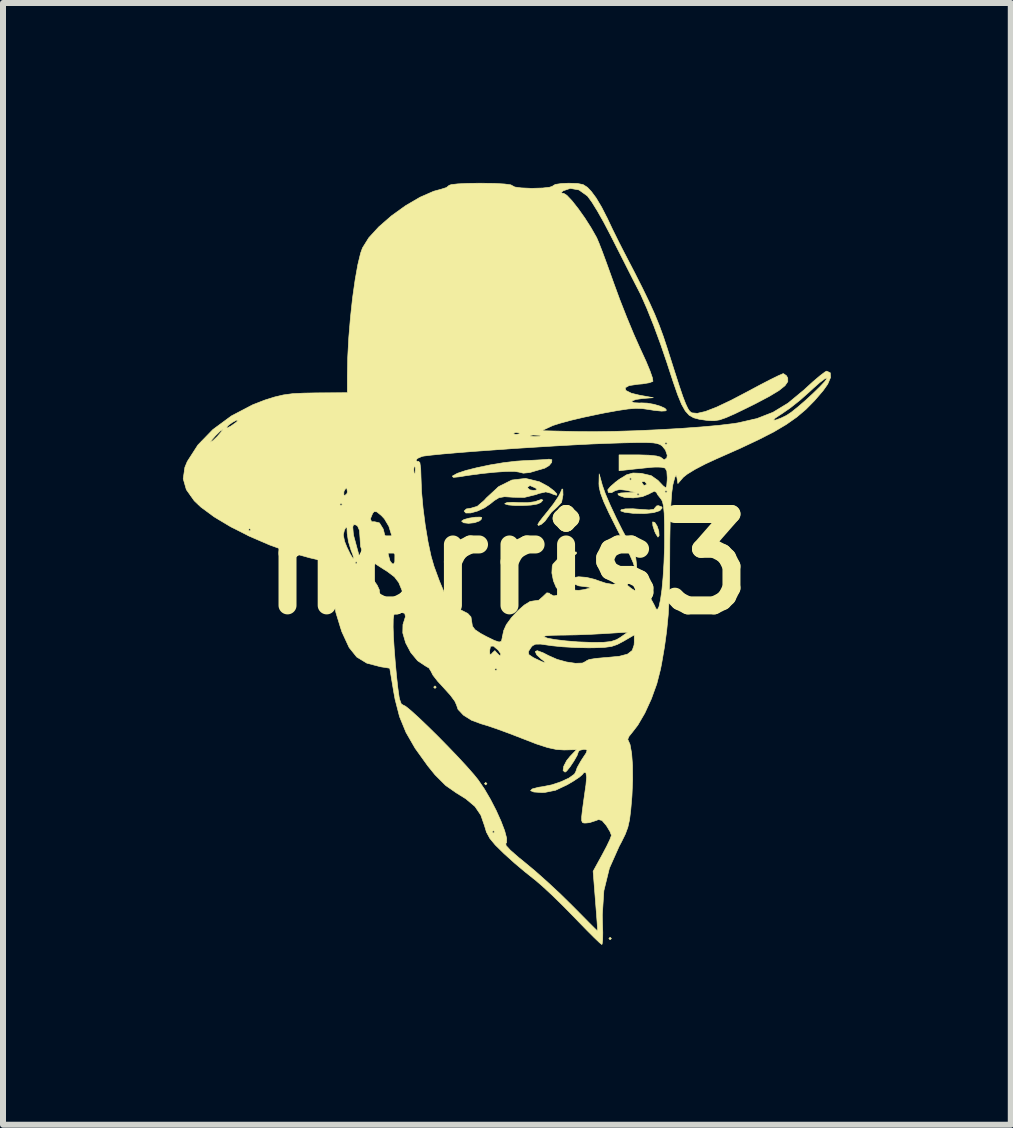
<source format=kicad_pcb>
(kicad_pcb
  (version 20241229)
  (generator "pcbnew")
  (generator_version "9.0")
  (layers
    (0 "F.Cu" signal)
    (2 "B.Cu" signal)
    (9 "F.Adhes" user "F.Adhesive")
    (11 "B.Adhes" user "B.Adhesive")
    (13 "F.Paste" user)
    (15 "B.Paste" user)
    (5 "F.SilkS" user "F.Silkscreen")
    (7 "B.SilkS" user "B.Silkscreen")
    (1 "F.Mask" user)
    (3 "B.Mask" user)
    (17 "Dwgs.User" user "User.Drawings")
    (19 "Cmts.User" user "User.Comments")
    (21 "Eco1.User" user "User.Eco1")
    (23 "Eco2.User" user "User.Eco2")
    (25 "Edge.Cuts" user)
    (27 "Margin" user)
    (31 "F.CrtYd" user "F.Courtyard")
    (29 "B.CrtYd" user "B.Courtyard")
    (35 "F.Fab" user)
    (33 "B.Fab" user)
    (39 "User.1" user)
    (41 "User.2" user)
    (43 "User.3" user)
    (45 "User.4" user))
  (footprint "norris3"
    (layer "F.Cu")
    (at 5.409 6.355)
    (property "Reference" "norris3" (at 0 0 0) (layer "F.SilkS") (effects (font (size 1.524 1.524) (thickness 0.3))))
    (attr through_hole)
    (fp_poly (pts (xy -1.185 2.053) (xy -1.206 2.074) (xy -1.228 2.053) (xy -1.206 2.032) (xy -1.185 2.053)) (stroke (width 0.01) (type solid)) (fill yes) (layer "F.SilkS"))
    (fp_poly (pts (xy -0.339 3.662) (xy -0.36 3.683) (xy -0.381 3.662) (xy -0.36 3.641) (xy -0.339 3.662)) (stroke (width 0.01) (type solid)) (fill yes) (layer "F.SilkS"))
    (fp_poly (pts (xy 1.736 6.244) (xy 1.714 6.265) (xy 1.693 6.244) (xy 1.714 6.223) (xy 1.736 6.244)) (stroke (width 0.01) (type solid)) (fill yes) (layer "F.SilkS"))
    (fp_poly (pts (xy -0.425 -0.775) (xy -0.437 -0.742) (xy -0.467 -0.718) (xy -0.547 -0.689) (xy -0.646 -0.679) (xy -0.729 -0.688) (xy -0.762 -0.715) (xy -0.725 -0.741) (xy -0.639 -0.765) (xy -0.536 -0.781) (xy -0.452 -0.783) (xy -0.425 -0.775)) (stroke (width 0.01) (type solid)) (fill yes) (layer "F.SilkS"))
    (fp_poly (pts (xy 2.459 -0.694) (xy 2.498 -0.633) (xy 2.526 -0.55) (xy 2.531 -0.475) (xy 2.531 -0.474) (xy 2.512 -0.449) (xy 2.476 -0.504) (xy 2.459 -0.541) (xy 2.427 -0.639) (xy 2.423 -0.699) (xy 2.425 -0.703) (xy 2.459 -0.694)) (stroke (width 0.01) (type solid)) (fill yes) (layer "F.SilkS"))
    (fp_poly (pts (xy 0.593 -1.065) (xy 0.557 -1.025) (xy 0.497 -1) (xy 0.394 -0.983) (xy 0.263 -0.976) (xy 0.13 -0.976) (xy 0.021 -0.985) (xy -0.038 -1.002) (xy -0.042 -1.009) (xy -0.004 -1.025) (xy 0.094 -1.03) (xy 0.184 -1.025) (xy 0.336 -1.023) (xy 0.461 -1.04) (xy 0.502 -1.055) (xy 0.57 -1.078) (xy 0.593 -1.065)) (stroke (width 0.01) (type solid)) (fill yes) (layer "F.SilkS"))
    (fp_poly (pts (xy 0.925 -1.247) (xy 0.928 -1.164) (xy 0.929 -1.155) (xy 0.905 -1.029) (xy 0.833 -0.953) (xy 0.735 -0.864) (xy 0.678 -0.785) (xy 0.626 -0.713) (xy 0.564 -0.66) (xy 0.518 -0.643) (xy 0.508 -0.66) (xy 0.533 -0.702) (xy 0.599 -0.788) (xy 0.675 -0.881) (xy 0.773 -1.007) (xy 0.851 -1.123) (xy 0.884 -1.185) (xy 0.913 -1.252) (xy 0.925 -1.247)) (stroke (width 0.01) (type solid)) (fill yes) (layer "F.SilkS"))
    (fp_poly (pts (xy 2.575 -0.953) (xy 2.582 -0.935) (xy 2.543 -0.89) (xy 2.438 -0.857) (xy 2.285 -0.842) (xy 2.103 -0.846) (xy 2.095 -0.846) (xy 1.953 -0.864) (xy 1.891 -0.886) (xy 1.898 -0.905) (xy 1.969 -0.92) (xy 2.093 -0.922) (xy 2.205 -0.913) (xy 2.364 -0.902) (xy 2.445 -0.914) (xy 2.455 -0.929) (xy 2.49 -0.969) (xy 2.519 -0.974) (xy 2.575 -0.953)) (stroke (width 0.01) (type solid)) (fill yes) (layer "F.SilkS"))
    (fp_poly (pts (xy 0.743 -1.739) (xy 0.74 -1.695) (xy 0.697 -1.642) (xy 0.625 -1.599) (xy 0.614 -1.596) (xy 0.48 -1.557) (xy 0.376 -1.526) (xy 0.267 -1.515) (xy 0.195 -1.533) (xy 0.121 -1.545) (xy -0.02 -1.544) (xy -0.211 -1.531) (xy -0.436 -1.508) (xy -0.678 -1.475) (xy -0.804 -1.454) (xy -0.899 -1.445) (xy -0.916 -1.464) (xy -0.91 -1.471) (xy -0.832 -1.513) (xy -0.689 -1.561) (xy -0.501 -1.608) (xy -0.286 -1.653) (xy -0.064 -1.69) (xy 0.147 -1.715) (xy 0.25 -1.722) (xy 0.429 -1.731) (xy 0.577 -1.739) (xy 0.673 -1.746) (xy 0.695 -1.749) (xy 0.743 -1.739)) (stroke (width 0.01) (type solid)) (fill yes) (layer "F.SilkS"))
    (fp_poly (pts (xy 0.535 -1.372) (xy 0.682 -1.293) (xy 0.779 -1.22) (xy 0.827 -1.167) (xy 0.821 -1.146) (xy 0.756 -1.167) (xy 0.727 -1.181) (xy 0.641 -1.203) (xy 0.527 -1.177) (xy 0.48 -1.159) (xy 0.284 -1.111) (xy 0.094 -1.114) (xy -0.045 -1.123) (xy -0.138 -1.107) (xy -0.221 -1.056) (xy -0.275 -1.011) (xy -0.38 -0.938) (xy -0.499 -0.883) (xy -0.61 -0.852) (xy -0.691 -0.851) (xy -0.72 -0.883) (xy -0.683 -0.919) (xy -0.607 -0.931) (xy -0.502 -0.962) (xy -0.386 -1.061) (xy -0.349 -1.102) (xy -0.167 -1.27) (xy 0.339 -1.27) (xy 0.375 -1.237) (xy 0.434 -1.228) (xy 0.496 -1.235) (xy 0.481 -1.26) (xy 0.466 -1.27) (xy 0.378 -1.309) (xy 0.34 -1.284) (xy 0.339 -1.27) (xy -0.167 -1.27) (xy -0.143 -1.292) (xy 0.076 -1.401) (xy 0.304 -1.428) (xy 0.535 -1.372)) (stroke (width 0.01) (type solid)) (fill yes) (layer "F.SilkS"))
    (fp_poly (pts (xy 1.17 -6.346) (xy 1.264 -6.327) (xy 1.336 -6.281) (xy 1.401 -6.212) (xy 1.481 -6.104) (xy 1.573 -5.95) (xy 1.658 -5.783) (xy 1.661 -5.779) (xy 1.754 -5.582) (xy 1.86 -5.368) (xy 1.942 -5.207) (xy 2.116 -4.873) (xy 2.255 -4.598) (xy 2.367 -4.367) (xy 2.458 -4.165) (xy 2.534 -3.978) (xy 2.603 -3.79) (xy 2.67 -3.587) (xy 2.693 -3.514) (xy 2.791 -3.206) (xy 2.867 -2.97) (xy 2.926 -2.796) (xy 2.973 -2.674) (xy 3.01 -2.595) (xy 3.041 -2.548) (xy 3.07 -2.525) (xy 3.078 -2.521) (xy 3.168 -2.513) (xy 3.303 -2.544) (xy 3.489 -2.616) (xy 3.732 -2.731) (xy 4.016 -2.88) (xy 4.212 -2.985) (xy 4.382 -3.073) (xy 4.514 -3.138) (xy 4.591 -3.172) (xy 4.604 -3.175) (xy 4.654 -3.141) (xy 4.676 -3.101) (xy 4.677 -3.042) (xy 4.63 -2.974) (xy 4.529 -2.893) (xy 4.366 -2.795) (xy 4.135 -2.673) (xy 3.994 -2.603) (xy 3.792 -2.505) (xy 3.646 -2.441) (xy 3.539 -2.404) (xy 3.451 -2.39) (xy 3.364 -2.392) (xy 3.317 -2.397) (xy 3.2 -2.414) (xy 3.107 -2.439) (xy 3.032 -2.482) (xy 2.968 -2.553) (xy 2.906 -2.663) (xy 2.841 -2.822) (xy 2.765 -3.041) (xy 2.67 -3.331) (xy 2.669 -3.336) (xy 2.558 -3.661) (xy 2.442 -3.976) (xy 2.328 -4.26) (xy 2.226 -4.491) (xy 2.194 -4.554) (xy 2.086 -4.764) (xy 1.958 -5.017) (xy 1.825 -5.279) (xy 1.717 -5.492) (xy 1.61 -5.696) (xy 1.505 -5.882) (xy 1.412 -6.033) (xy 1.342 -6.129) (xy 1.334 -6.138) (xy 1.195 -6.238) (xy 1.05 -6.264) (xy 0.931 -6.223) (xy 0.892 -6.19) (xy 0.931 -6.181) (xy 0.941 -6.181) (xy 0.994 -6.147) (xy 1.079 -6.057) (xy 1.182 -5.926) (xy 1.292 -5.771) (xy 1.396 -5.608) (xy 1.483 -5.455) (xy 1.491 -5.44) (xy 1.527 -5.356) (xy 1.584 -5.21) (xy 1.655 -5.018) (xy 1.734 -4.798) (xy 1.777 -4.678) (xy 1.876 -4.408) (xy 1.99 -4.118) (xy 2.106 -3.838) (xy 2.211 -3.602) (xy 2.23 -3.561) (xy 2.315 -3.376) (xy 2.38 -3.219) (xy 2.42 -3.104) (xy 2.428 -3.047) (xy 2.426 -3.045) (xy 2.367 -3.023) (xy 2.254 -3.004) (xy 2.18 -2.998) (xy 2.032 -2.976) (xy 1.965 -2.939) (xy 1.977 -2.894) (xy 2.069 -2.848) (xy 2.201 -2.816) (xy 2.434 -2.774) (xy 2.254 -2.76) (xy 2.144 -2.744) (xy 2.081 -2.72) (xy 2.074 -2.71) (xy 2.111 -2.69) (xy 2.204 -2.685) (xy 2.233 -2.687) (xy 2.333 -2.683) (xy 2.446 -2.663) (xy 2.551 -2.632) (xy 2.628 -2.597) (xy 2.654 -2.567) (xy 2.638 -2.554) (xy 2.571 -2.55) (xy 2.451 -2.562) (xy 2.357 -2.577) (xy 2.252 -2.592) (xy 2.144 -2.596) (xy 2.015 -2.586) (xy 1.847 -2.561) (xy 1.621 -2.52) (xy 1.513 -2.498) (xy 1.28 -2.449) (xy 1.064 -2.398) (xy 0.883 -2.349) (xy 0.76 -2.31) (xy 0.736 -2.299) (xy 0.572 -2.223) (xy 1.164 -2.209) (xy 1.453 -2.207) (xy 1.788 -2.212) (xy 2.15 -2.223) (xy 2.524 -2.24) (xy 2.89 -2.261) (xy 3.231 -2.286) (xy 3.531 -2.313) (xy 3.77 -2.342) (xy 3.847 -2.354) (xy 4.044 -2.399) (xy 4.438 -2.399) (xy 4.477 -2.401) (xy 4.571 -2.437) (xy 4.657 -2.479) (xy 4.735 -2.531) (xy 4.844 -2.618) (xy 4.97 -2.727) (xy 5.097 -2.844) (xy 5.209 -2.953) (xy 5.293 -3.042) (xy 5.332 -3.097) (xy 5.332 -3.105) (xy 5.293 -3.089) (xy 5.209 -3.026) (xy 5.096 -2.926) (xy 5.041 -2.875) (xy 4.886 -2.737) (xy 4.72 -2.605) (xy 4.576 -2.505) (xy 4.556 -2.493) (xy 4.462 -2.43) (xy 4.438 -2.399) (xy 4.044 -2.399) (xy 4.162 -2.426) (xy 4.431 -2.531) (xy 4.681 -2.683) (xy 4.938 -2.896) (xy 4.968 -2.923) (xy 5.104 -3.047) (xy 5.219 -3.144) (xy 5.299 -3.204) (xy 5.325 -3.217) (xy 5.385 -3.189) (xy 5.39 -3.111) (xy 5.342 -2.999) (xy 5.264 -2.889) (xy 5.122 -2.724) (xy 4.98 -2.58) (xy 4.826 -2.45) (xy 4.651 -2.327) (xy 4.442 -2.203) (xy 4.187 -2.073) (xy 3.877 -1.927) (xy 3.498 -1.759) (xy 3.493 -1.757) (xy 3.3 -1.668) (xy 3.13 -1.579) (xy 3.001 -1.5) (xy 2.935 -1.448) (xy 2.844 -1.342) (xy 2.828 -1.443) (xy 2.814 -1.481) (xy 2.793 -1.444) (xy 2.762 -1.328) (xy 2.76 -1.321) (xy 2.742 -1.191) (xy 2.727 -0.987) (xy 2.716 -0.719) (xy 2.71 -0.397) (xy 2.709 -0.17) (xy 2.707 0.227) (xy 2.699 0.561) (xy 2.683 0.85) (xy 2.657 1.116) (xy 2.621 1.38) (xy 2.573 1.66) (xy 2.554 1.757) (xy 2.493 1.996) (xy 2.402 2.248) (xy 2.293 2.486) (xy 2.177 2.685) (xy 2.091 2.797) (xy 2.029 2.874) (xy 2.008 2.923) (xy 2.01 2.927) (xy 2.046 3.008) (xy 2.073 3.157) (xy 2.088 3.358) (xy 2.09 3.595) (xy 2.079 3.853) (xy 2.077 3.885) (xy 2.058 4.104) (xy 2.038 4.264) (xy 2.01 4.389) (xy 1.968 4.503) (xy 1.904 4.633) (xy 1.865 4.706) (xy 1.702 5.072) (xy 1.61 5.447) (xy 1.584 5.853) (xy 1.587 5.98) (xy 1.592 6.144) (xy 1.59 6.269) (xy 1.581 6.337) (xy 1.575 6.344) (xy 1.537 6.313) (xy 1.451 6.231) (xy 1.329 6.109) (xy 1.182 5.958) (xy 1.101 5.874) (xy 0.924 5.694) (xy 0.748 5.522) (xy 0.588 5.374) (xy 0.463 5.266) (xy 0.434 5.244) (xy 0.294 5.132) (xy 0.125 4.99) (xy -0.037 4.844) (xy -0.059 4.824) (xy -0.201 4.684) (xy -0.292 4.574) (xy -0.348 4.469) (xy -0.349 4.466) (xy -0.254 4.466) (xy -0.233 4.487) (xy -0.212 4.466) (xy -0.233 4.445) (xy -0.254 4.466) (xy -0.349 4.466) (xy -0.381 4.361) (xy -0.442 4.186) (xy -0.539 4.043) (xy -0.691 3.915) (xy -0.852 3.815) (xy -1.028 3.692) (xy -1.205 3.515) (xy -1.328 3.363) (xy -1.537 3.072) (xy -1.689 2.808) (xy -1.797 2.545) (xy -1.871 2.258) (xy -1.893 2.139) (xy -1.96 1.737) (xy -2.112 1.713) (xy -2.342 1.653) (xy -2.511 1.55) (xy -2.636 1.394) (xy -2.639 1.389) (xy -2.76 1.127) (xy -2.785 1.048) (xy -1.904 1.048) (xy -1.899 1.207) (xy -1.886 1.412) (xy -1.868 1.641) (xy -1.847 1.867) (xy -1.825 2.067) (xy -1.804 2.216) (xy -1.796 2.255) (xy -1.768 2.332) (xy -1.738 2.351) (xy -1.697 2.371) (xy -1.608 2.443) (xy -1.483 2.556) (xy -1.332 2.7) (xy -1.165 2.864) (xy -0.994 3.038) (xy -0.828 3.211) (xy -0.679 3.372) (xy -0.556 3.512) (xy -0.489 3.595) (xy -0.385 3.746) (xy -0.282 3.922) (xy -0.186 4.108) (xy -0.105 4.288) (xy -0.044 4.448) (xy -0.011 4.572) (xy -0.012 4.645) (xy -0.024 4.657) (xy -0.022 4.692) (xy 0.049 4.77) (xy 0.186 4.89) (xy 0.286 4.971) (xy 0.463 5.118) (xy 0.672 5.304) (xy 0.887 5.504) (xy 1.079 5.693) (xy 1.231 5.846) (xy 1.358 5.975) (xy 1.452 6.069) (xy 1.501 6.116) (xy 1.506 6.12) (xy 1.504 6.08) (xy 1.497 5.971) (xy 1.485 5.811) (xy 1.47 5.62) (xy 1.431 5.123) (xy 1.583 4.846) (xy 1.657 4.706) (xy 1.711 4.593) (xy 1.735 4.528) (xy 1.736 4.524) (xy 1.713 4.462) (xy 1.657 4.369) (xy 1.648 4.356) (xy 1.579 4.276) (xy 1.521 4.26) (xy 1.482 4.276) (xy 1.371 4.312) (xy 1.313 4.318) (xy 1.277 4.318) (xy 1.253 4.309) (xy 1.24 4.279) (xy 1.24 4.215) (xy 1.252 4.104) (xy 1.275 3.935) (xy 1.309 3.695) (xy 1.31 3.694) (xy 1.322 3.555) (xy 1.311 3.48) (xy 1.279 3.475) (xy 1.25 3.511) (xy 1.203 3.552) (xy 1.104 3.618) (xy 0.999 3.68) (xy 0.804 3.772) (xy 0.626 3.808) (xy 0.577 3.81) (xy 0.442 3.801) (xy 0.388 3.779) (xy 0.415 3.75) (xy 0.521 3.722) (xy 0.59 3.712) (xy 0.744 3.681) (xy 0.898 3.629) (xy 1.03 3.567) (xy 1.119 3.503) (xy 1.143 3.459) (xy 1.165 3.394) (xy 1.222 3.293) (xy 1.25 3.248) (xy 1.314 3.152) (xy 1.331 3.105) (xy 1.304 3.091) (xy 1.272 3.09) (xy 1.202 3.107) (xy 1.185 3.13) (xy 1.164 3.191) (xy 1.111 3.284) (xy 1.047 3.38) (xy 0.99 3.451) (xy 0.963 3.47) (xy 0.93 3.443) (xy 0.941 3.372) (xy 0.988 3.28) (xy 1.043 3.211) (xy 1.154 3.095) (xy 0.945 3.1) (xy 0.82 3.092) (xy 0.672 3.06) (xy 0.484 2.999) (xy 0.252 2.909) (xy 0.043 2.828) (xy -0.159 2.754) (xy -0.328 2.696) (xy -0.433 2.665) (xy -0.596 2.605) (xy -0.732 2.519) (xy -0.822 2.423) (xy -0.847 2.349) (xy -0.875 2.287) (xy -0.949 2.187) (xy -1.053 2.072) (xy -1.058 2.066) (xy -1.163 1.952) (xy -1.239 1.854) (xy -1.27 1.794) (xy -1.27 1.792) (xy -1.292 1.757) (xy -0.212 1.757) (xy -0.191 1.778) (xy -0.169 1.757) (xy -0.191 1.736) (xy -0.212 1.757) (xy -1.292 1.757) (xy -1.305 1.735) (xy -1.372 1.695) (xy -1.496 1.612) (xy -1.608 1.477) (xy -1.623 1.45) (xy -0.296 1.45) (xy -0.289 1.513) (xy -0.263 1.499) (xy -0.25 1.482) (xy -0.208 1.443) (xy -0.184 1.471) (xy -0.135 1.52) (xy -0.117 1.524) (xy -0.108 1.498) (xy -0.134 1.461) (xy 0.35 1.461) (xy 0.359 1.51) (xy 0.432 1.559) (xy 0.476 1.581) (xy 0.589 1.633) (xy 0.634 1.644) (xy 0.608 1.615) (xy 0.561 1.58) (xy 0.49 1.513) (xy 0.466 1.459) (xy 0.499 1.444) (xy 0.597 1.48) (xy 0.688 1.527) (xy 0.831 1.59) (xy 0.988 1.633) (xy 1.136 1.655) (xy 1.253 1.651) (xy 1.316 1.619) (xy 1.319 1.613) (xy 1.365 1.592) (xy 1.474 1.574) (xy 1.625 1.56) (xy 1.658 1.558) (xy 1.867 1.538) (xy 2.004 1.502) (xy 2.083 1.441) (xy 2.114 1.35) (xy 2.117 1.305) (xy 2.117 1.182) (xy 1.933 1.289) (xy 1.834 1.341) (xy 1.738 1.374) (xy 1.618 1.39) (xy 1.451 1.396) (xy 1.351 1.397) (xy 1.138 1.392) (xy 0.924 1.38) (xy 0.744 1.362) (xy 0.702 1.356) (xy 0.558 1.335) (xy 0.472 1.336) (xy 0.421 1.361) (xy 0.397 1.388) (xy 0.35 1.461) (xy -0.134 1.461) (xy -0.148 1.439) (xy -0.232 1.367) (xy -0.28 1.371) (xy -0.296 1.45) (xy -1.623 1.45) (xy -1.695 1.314) (xy -1.743 1.149) (xy -1.74 1.008) (xy -1.734 0.99) (xy -1.699 0.878) (xy -1.71 0.822) (xy -1.774 0.805) (xy -1.799 0.804) (xy -1.859 0.81) (xy -1.89 0.84) (xy -1.902 0.916) (xy -1.904 1.048) (xy -2.785 1.048) (xy -2.858 0.81) (xy -2.925 0.468) (xy -2.944 0.31) (xy -2.954 0.191) (xy -2.413 0.191) (xy -2.392 0.212) (xy -2.371 0.191) (xy -2.392 0.169) (xy -2.413 0.191) (xy -2.954 0.191) (xy -2.965 0.064) (xy -2.498 0.064) (xy -2.477 0.085) (xy -2.455 0.064) (xy -2.477 0.042) (xy -2.498 0.064) (xy -2.965 0.064) (xy -2.972 -0.021) (xy -2.54 -0.021) (xy -2.519 0) (xy -2.498 -0.021) (xy -2.519 -0.042) (xy -2.54 -0.021) (xy -2.972 -0.021) (xy -2.973 -0.029) (xy -3.296 -0.104) (xy -3.625 -0.196) (xy -3.965 -0.319) (xy -4.301 -0.464) (xy -4.342 -0.485) (xy -2.735 -0.485) (xy -2.713 -0.378) (xy -2.674 -0.28) (xy -2.616 -0.161) (xy -2.576 -0.097) (xy -2.56 -0.093) (xy -2.576 -0.155) (xy -2.606 -0.231) (xy -2.649 -0.373) (xy -2.67 -0.512) (xy -2.67 -0.517) (xy -2.674 -0.605) (xy -2.688 -0.617) (xy -2.716 -0.566) (xy -2.735 -0.485) (xy -4.342 -0.485) (xy -4.513 -0.572) (xy -4.318 -0.572) (xy -4.297 -0.55) (xy -4.276 -0.572) (xy -4.297 -0.593) (xy -4.318 -0.572) (xy -4.513 -0.572) (xy -4.609 -0.62) (xy -2.577 -0.62) (xy -2.569 -0.523) (xy -2.563 -0.477) (xy -2.473 -0.145) (xy -2.307 0.162) (xy -2.242 0.25) (xy -2.17 0.353) (xy -2.133 0.433) (xy -2.133 0.459) (xy -2.121 0.509) (xy -2.057 0.585) (xy -2.029 0.61) (xy -1.903 0.692) (xy -1.794 0.719) (xy -1.721 0.686) (xy -1.716 0.679) (xy -1.713 0.618) (xy -1.736 0.509) (xy -1.757 0.436) (xy -1.81 0.308) (xy -1.882 0.214) (xy -1.999 0.125) (xy -2.049 0.094) (xy -2.229 -0.022) (xy -2.347 -0.115) (xy -2.415 -0.201) (xy -2.447 -0.295) (xy -2.455 -0.414) (xy -2.455 -0.42) (xy -2.465 -0.561) (xy -2.497 -0.634) (xy -2.524 -0.652) (xy -2.563 -0.657) (xy -2.577 -0.62) (xy -4.609 -0.62) (xy -4.615 -0.623) (xy -4.834 -0.754) (xy -2.283 -0.754) (xy -2.263 -0.705) (xy -2.21 -0.705) (xy -2.132 -0.686) (xy -2.069 -0.584) (xy -2.022 -0.4) (xy -2.01 -0.323) (xy -1.983 -0.151) (xy -1.955 -0.05) (xy -1.92 -0.006) (xy -1.896 0) (xy -1.876 -0.039) (xy -1.875 -0.147) (xy -1.883 -0.222) (xy -1.922 -0.458) (xy -1.975 -0.629) (xy -2.049 -0.754) (xy -2.099 -0.808) (xy -2.175 -0.87) (xy -2.22 -0.875) (xy -2.245 -0.846) (xy -2.283 -0.754) (xy -4.834 -0.754) (xy -4.89 -0.788) (xy -5.111 -0.951) (xy -5.157 -0.995) (xy -2.794 -0.995) (xy -2.773 -0.974) (xy -2.752 -0.995) (xy -2.773 -1.016) (xy -2.794 -0.995) (xy -5.157 -0.995) (xy -5.22 -1.055) (xy -5.289 -1.152) (xy -2.726 -1.152) (xy -2.708 -1.143) (xy -2.672 -1.177) (xy -2.667 -1.206) (xy -2.676 -1.263) (xy -2.684 -1.27) (xy -2.711 -1.237) (xy -2.725 -1.206) (xy -2.726 -1.152) (xy -5.289 -1.152) (xy -5.352 -1.241) (xy -5.404 -1.422) (xy -5.383 -1.566) (xy -1.56 -1.566) (xy -1.553 -1.506) (xy -1.538 -1.513) (xy -1.533 -1.6) (xy -1.538 -1.619) (xy -1.554 -1.625) (xy -1.56 -1.566) (xy -5.383 -1.566) (xy -5.377 -1.611) (xy -5.338 -1.706) (xy -5.324 -1.729) (xy -1.524 -1.729) (xy -1.498 -1.708) (xy -1.482 -1.714) (xy -1.458 -1.691) (xy -1.444 -1.59) (xy -1.439 -1.443) (xy -1.43 -1.207) (xy -1.405 -0.933) (xy -1.368 -0.645) (xy -1.322 -0.369) (xy -1.271 -0.13) (xy -1.223 0.036) (xy -1.132 0.284) (xy -1.056 0.465) (xy -0.987 0.591) (xy -0.916 0.677) (xy -0.837 0.735) (xy -0.773 0.766) (xy -0.659 0.824) (xy -0.606 0.882) (xy -0.593 0.963) (xy -0.593 0.963) (xy -0.582 1.035) (xy -0.539 1.094) (xy -0.447 1.156) (xy -0.349 1.209) (xy -0.214 1.275) (xy -0.137 1.3) (xy -0.101 1.289) (xy -0.094 1.271) (xy -0.081 1.208) (xy 0.603 1.208) (xy 0.604 1.211) (xy 0.668 1.236) (xy 0.798 1.26) (xy 0.974 1.281) (xy 1.179 1.298) (xy 1.393 1.306) (xy 1.418 1.307) (xy 1.603 1.305) (xy 1.729 1.292) (xy 1.821 1.261) (xy 1.884 1.224) (xy 2.011 1.135) (xy 1.613 1.16) (xy 1.388 1.172) (xy 1.148 1.181) (xy 0.937 1.185) (xy 0.897 1.185) (xy 0.749 1.188) (xy 0.645 1.196) (xy 0.603 1.208) (xy -0.081 1.208) (xy -0.075 1.178) (xy -0.06 1.108) (xy -0.016 1.01) (xy 0.068 0.895) (xy 0.174 0.78) (xy 0.283 0.684) (xy 0.378 0.625) (xy 0.431 0.616) (xy 0.525 0.603) (xy 0.593 0.543) (xy 0.659 0.48) (xy 0.702 0.486) (xy 0.712 0.499) (xy 0.775 0.532) (xy 0.846 0.516) (xy 0.909 0.486) (xy 0.897 0.462) (xy 0.877 0.454) (xy 0.816 0.392) (xy 0.769 0.28) (xy 0.743 0.149) (xy 0.749 0.035) (xy 0.761 0.002) (xy 0.829 -0.072) (xy 0.937 -0.142) (xy 1.052 -0.19) (xy 1.142 -0.202) (xy 1.152 -0.199) (xy 1.153 -0.173) (xy 1.089 -0.129) (xy 1.048 -0.11) (xy 0.92 -0.029) (xy 0.865 0.059) (xy 0.851 0.233) (xy 0.903 0.357) (xy 1.018 0.427) (xy 1.19 0.439) (xy 1.274 0.427) (xy 1.368 0.404) (xy 1.385 0.389) (xy 1.355 0.385) (xy 1.192 0.364) (xy 1.089 0.321) (xy 1.058 0.27) (xy 1.095 0.228) (xy 1.189 0.212) (xy 1.318 0.222) (xy 1.46 0.256) (xy 1.509 0.275) (xy 1.638 0.318) (xy 1.753 0.338) (xy 1.765 0.339) (xy 1.859 0.309) (xy 1.966 0.236) (xy 2.06 0.144) (xy 2.113 0.055) (xy 2.117 0.032) (xy 2.098 -0.025) (xy 2.047 -0.142) (xy 1.97 -0.305) (xy 1.873 -0.498) (xy 1.82 -0.602) (xy 1.695 -0.851) (xy 1.608 -1.04) (xy 1.555 -1.182) (xy 1.531 -1.287) (xy 1.528 -1.34) (xy 1.532 -1.503) (xy 1.585 -1.312) (xy 1.635 -1.171) (xy 1.716 -0.982) (xy 1.816 -0.768) (xy 1.923 -0.554) (xy 2.026 -0.366) (xy 2.067 -0.296) (xy 2.138 -0.132) (xy 2.158 0.032) (xy 2.126 0.173) (xy 2.074 0.243) (xy 2.007 0.308) (xy 2.003 0.355) (xy 2.067 0.407) (xy 2.117 0.438) (xy 2.207 0.478) (xy 2.244 0.469) (xy 2.219 0.417) (xy 2.197 0.393) (xy 2.164 0.324) (xy 2.166 0.297) (xy 2.193 0.304) (xy 2.249 0.366) (xy 2.32 0.464) (xy 2.393 0.578) (xy 2.454 0.691) (xy 2.476 0.741) (xy 2.502 0.763) (xy 2.529 0.711) (xy 2.554 0.596) (xy 2.578 0.429) (xy 2.597 0.222) (xy 2.612 -0.017) (xy 2.621 -0.275) (xy 2.622 -0.395) (xy 2.621 -0.655) (xy 2.616 -0.843) (xy 2.604 -0.969) (xy 2.586 -1.046) (xy 2.565 -1.082) (xy 2.506 -1.157) (xy 2.488 -1.193) (xy 2.468 -1.206) (xy 2.625 -1.206) (xy 2.646 -1.185) (xy 2.667 -1.206) (xy 2.646 -1.228) (xy 2.625 -1.206) (xy 2.468 -1.206) (xy 2.454 -1.216) (xy 2.377 -1.178) (xy 2.369 -1.172) (xy 2.252 -1.124) (xy 2.101 -1.103) (xy 1.954 -1.111) (xy 1.863 -1.143) (xy 1.847 -1.164) (xy 2.159 -1.164) (xy 2.18 -1.143) (xy 2.201 -1.164) (xy 2.18 -1.185) (xy 2.159 -1.164) (xy 1.847 -1.164) (xy 1.842 -1.17) (xy 1.893 -1.185) (xy 1.968 -1.189) (xy 2.138 -1.194) (xy 1.99 -1.229) (xy 1.874 -1.243) (xy 1.803 -1.226) (xy 1.801 -1.225) (xy 1.737 -1.189) (xy 1.684 -1.194) (xy 1.675 -1.238) (xy 1.675 -1.238) (xy 1.72 -1.292) (xy 1.795 -1.357) (xy 2.244 -1.357) (xy 2.274 -1.314) (xy 2.286 -1.312) (xy 2.327 -1.327) (xy 2.328 -1.331) (xy 2.299 -1.367) (xy 2.286 -1.376) (xy 2.247 -1.372) (xy 2.244 -1.357) (xy 1.795 -1.357) (xy 1.81 -1.37) (xy 1.867 -1.413) (xy 1.876 -1.418) (xy 2.032 -1.418) (xy 2.053 -1.397) (xy 2.074 -1.418) (xy 2.053 -1.439) (xy 2.032 -1.418) (xy 1.876 -1.418) (xy 1.989 -1.488) (xy 2.095 -1.518) (xy 2.229 -1.513) (xy 2.235 -1.512) (xy 2.399 -1.474) (xy 2.513 -1.394) (xy 2.526 -1.38) (xy 2.596 -1.306) (xy 2.641 -1.271) (xy 2.644 -1.27) (xy 2.658 -1.308) (xy 2.666 -1.401) (xy 2.667 -1.439) (xy 2.66 -1.55) (xy 2.631 -1.6) (xy 2.572 -1.614) (xy 2.515 -1.617) (xy 2.47 -1.617) (xy 2.413 -1.614) (xy 2.322 -1.605) (xy 2.172 -1.589) (xy 2.148 -1.587) (xy 1.863 -1.556) (xy 1.863 -1.82) (xy 2.199 -1.82) (xy 2.36 -1.815) (xy 2.486 -1.802) (xy 2.555 -1.783) (xy 2.561 -1.778) (xy 2.616 -1.737) (xy 2.659 -1.768) (xy 2.667 -1.814) (xy 2.637 -1.901) (xy 2.585 -1.966) (xy 2.55 -1.991) (xy 2.503 -2.009) (xy 2.493 -2.011) (xy 2.625 -2.011) (xy 2.646 -1.99) (xy 2.667 -2.011) (xy 2.646 -2.032) (xy 2.625 -2.011) (xy 2.493 -2.011) (xy 2.43 -2.021) (xy 2.32 -2.026) (xy 2.162 -2.026) (xy 1.942 -2.021) (xy 1.664 -2.012) (xy 1.41 -2.002) (xy 1.115 -1.987) (xy 0.792 -1.969) (xy 0.452 -1.948) (xy 0.107 -1.926) (xy -0.23 -1.902) (xy -0.548 -1.879) (xy -0.836 -1.856) (xy -1.08 -1.835) (xy -1.268 -1.816) (xy -1.39 -1.801) (xy -1.421 -1.795) (xy -1.499 -1.761) (xy -1.524 -1.729) (xy -5.324 -1.729) (xy -5.16 -1.984) (xy -5.113 -2.033) (xy -4.949 -2.033) (xy -4.947 -2.032) (xy -4.906 -2.06) (xy -4.836 -2.127) (xy -4.83 -2.134) (xy 0.378 -2.134) (xy 0.437 -2.127) (xy 0.466 -2.126) (xy 0.543 -2.131) (xy 0.552 -2.142) (xy 0.54 -2.146) (xy 0.432 -2.152) (xy 0.392 -2.146) (xy 0.378 -2.134) (xy -4.83 -2.134) (xy -4.826 -2.138) (xy -4.799 -2.169) (xy 0.103 -2.169) (xy 0.145 -2.162) (xy 0.2 -2.17) (xy 0.2 -2.185) (xy 0.144 -2.195) (xy 0.119 -2.188) (xy 0.103 -2.169) (xy -4.799 -2.169) (xy -4.766 -2.208) (xy -4.746 -2.243) (xy -4.748 -2.244) (xy -4.788 -2.216) (xy -4.858 -2.148) (xy -4.868 -2.138) (xy -4.929 -2.068) (xy -4.949 -2.033) (xy -5.113 -2.033) (xy -4.91 -2.242) (xy -4.857 -2.281) (xy -4.681 -2.281) (xy -4.671 -2.269) (xy -4.61 -2.3) (xy -4.598 -2.308) (xy -4.521 -2.363) (xy -4.487 -2.398) (xy -4.487 -2.398) (xy -4.515 -2.399) (xy -4.578 -2.366) (xy -4.645 -2.319) (xy -4.681 -2.281) (xy -4.857 -2.281) (xy -4.602 -2.469) (xy -4.247 -2.655) (xy -4.041 -2.735) (xy -3.878 -2.786) (xy -3.733 -2.82) (xy -3.579 -2.841) (xy -3.389 -2.85) (xy -3.186 -2.854) (xy -2.667 -2.857) (xy -2.667 -3.137) (xy -2.661 -3.448) (xy -2.643 -3.78) (xy -2.615 -4.115) (xy -2.58 -4.439) (xy -2.538 -4.736) (xy -2.493 -4.99) (xy -2.446 -5.185) (xy -2.415 -5.271) (xy -2.31 -5.44) (xy -2.142 -5.623) (xy -1.932 -5.806) (xy -1.697 -5.975) (xy -1.456 -6.116) (xy -1.228 -6.216) (xy -1.106 -6.249) (xy -1.015 -6.278) (xy -0.974 -6.311) (xy -0.974 -6.313) (xy -0.934 -6.327) (xy -0.826 -6.339) (xy -0.665 -6.347) (xy -0.467 -6.35) (xy -0.445 -6.35) (xy -0.215 -6.347) (xy -0.045 -6.337) (xy 0.058 -6.323) (xy 0.085 -6.308) (xy 0.124 -6.287) (xy 0.232 -6.272) (xy 0.393 -6.265) (xy 0.423 -6.265) (xy 0.591 -6.27) (xy 0.709 -6.284) (xy 0.761 -6.304) (xy 0.762 -6.308) (xy 0.801 -6.33) (xy 0.902 -6.345) (xy 1.021 -6.35) (xy 1.17 -6.346)) (stroke (width 0.01) (type solid)) (fill yes) (layer "F.SilkS")))
  (gr_rect
    (start -3 -3)
    (end 13.804 15.704)
    (stroke (width 0.1) (type default))
    (fill no)
    (layer "Edge.Cuts")))
</source>
